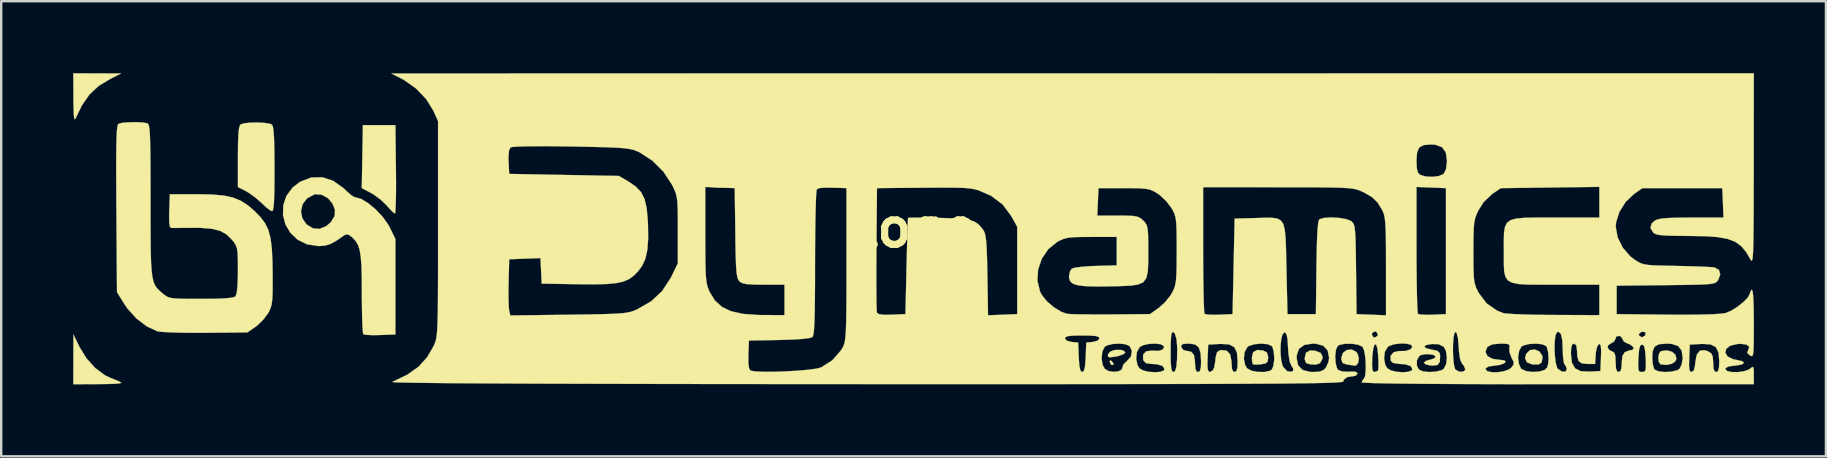
<source format=kicad_pcb>
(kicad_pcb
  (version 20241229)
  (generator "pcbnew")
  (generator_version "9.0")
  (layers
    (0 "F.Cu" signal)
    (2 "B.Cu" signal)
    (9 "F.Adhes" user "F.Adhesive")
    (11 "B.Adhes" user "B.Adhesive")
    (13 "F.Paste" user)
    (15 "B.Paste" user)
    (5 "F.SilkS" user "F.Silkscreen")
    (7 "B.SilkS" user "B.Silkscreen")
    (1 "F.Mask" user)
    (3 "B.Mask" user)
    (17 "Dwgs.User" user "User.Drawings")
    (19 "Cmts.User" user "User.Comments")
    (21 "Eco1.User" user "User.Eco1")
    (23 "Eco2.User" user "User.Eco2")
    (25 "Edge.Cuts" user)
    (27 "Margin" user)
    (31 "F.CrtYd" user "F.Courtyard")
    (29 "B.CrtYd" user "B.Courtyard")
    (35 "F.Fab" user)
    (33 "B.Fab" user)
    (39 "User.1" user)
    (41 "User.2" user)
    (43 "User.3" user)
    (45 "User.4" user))
  (footprint "Logo"
    (layer "F.Cu")
    (at 34.972 6.44)
    (property "Reference" "Logo" (at 0 0 0) (layer "F.SilkS") (effects (font (size 1.524 1.524) (thickness 0.3))))
    (attr through_hole)
    (fp_poly (pts (xy 8.313 5.57) (xy 8.378 5.677) (xy 8.369 5.714) (xy 8.281 5.711) (xy 8.269 5.701) (xy 8.213 5.571) (xy 8.213 5.557) (xy 8.256 5.525) (xy 8.313 5.57)) (stroke (width 0.01) (type solid)) (fill yes) (layer "F.SilkS"))
    (fp_poly (pts (xy 8.784 5.119) (xy 8.866 5.189) (xy 8.795 5.266) (xy 8.587 5.34) (xy 8.438 5.371) (xy 8.23 5.399) (xy 8.145 5.371) (xy 8.143 5.276) (xy 8.143 5.276) (xy 8.241 5.157) (xy 8.44 5.09) (xy 8.676 5.09) (xy 8.784 5.119)) (stroke (width 0.01) (type solid)) (fill yes) (layer "F.SilkS"))
    (fp_poly (pts (xy 16.775 5.124) (xy 17.006 5.214) (xy 17.085 5.371) (xy 17.066 5.487) (xy 16.974 5.643) (xy 16.806 5.702) (xy 16.573 5.691) (xy 16.402 5.638) (xy 16.344 5.501) (xy 16.341 5.422) (xy 16.395 5.205) (xy 16.563 5.113) (xy 16.775 5.124)) (stroke (width 0.01) (type solid)) (fill yes) (layer "F.SilkS"))
    (fp_poly (pts (xy 26.114 5.151) (xy 26.232 5.318) (xy 26.247 5.419) (xy 26.212 5.61) (xy 26.087 5.695) (xy 25.839 5.695) (xy 25.809 5.691) (xy 25.595 5.604) (xy 25.519 5.431) (xy 25.573 5.243) (xy 25.727 5.098) (xy 25.927 5.072) (xy 26.114 5.151)) (stroke (width 0.01) (type solid)) (fill yes) (layer "F.SilkS"))
    (fp_poly (pts (xy 31.641 5.165) (xy 31.788 5.292) (xy 31.826 5.46) (xy 31.787 5.56) (xy 31.636 5.667) (xy 31.401 5.716) (xy 31.165 5.689) (xy 31.094 5.59) (xy 31.075 5.412) (xy 31.107 5.235) (xy 31.178 5.143) (xy 31.425 5.107) (xy 31.641 5.165)) (stroke (width 0.01) (type solid)) (fill yes) (layer "F.SilkS"))
    (fp_poly (pts (xy -33.972 -6.432) (xy -32.978 -6.428) (xy -33.43 -6.202) (xy -33.91 -5.911) (xy -34.293 -5.555) (xy -34.611 -5.097) (xy -34.866 -4.572) (xy -34.904 -4.516) (xy -34.931 -4.569) (xy -34.949 -4.748) (xy -34.958 -5.068) (xy -34.962 -5.397) (xy -34.967 -6.435) (xy -33.972 -6.432)) (stroke (width 0.01) (type solid)) (fill yes) (layer "F.SilkS"))
    (fp_poly (pts (xy -34.711 4.964) (xy -34.423 5.435) (xy -34.058 5.841) (xy -33.66 6.139) (xy -33.503 6.218) (xy -33.246 6.326) (xy -33.02 6.42) (xy -32.969 6.457) (xy -33.031 6.483) (xy -33.222 6.501) (xy -33.557 6.51) (xy -33.888 6.514) (xy -34.967 6.519) (xy -34.963 4.445) (xy -34.711 4.964)) (stroke (width 0.01) (type solid)) (fill yes) (layer "F.SilkS"))
    (fp_poly (pts (xy 14.605 5.115) (xy 14.765 5.198) (xy 14.816 5.372) (xy 14.817 5.411) (xy 14.796 5.577) (xy 14.699 5.656) (xy 14.518 5.689) (xy 14.309 5.702) (xy 14.186 5.689) (xy 14.179 5.684) (xy 14.15 5.579) (xy 14.139 5.402) (xy 14.193 5.183) (xy 14.358 5.091) (xy 14.605 5.115)) (stroke (width 0.01) (type solid)) (fill yes) (layer "F.SilkS"))
    (fp_poly (pts (xy 18.482 5.168) (xy 18.544 5.253) (xy 18.594 5.442) (xy 18.57 5.624) (xy 18.486 5.735) (xy 18.43 5.745) (xy 18.276 5.723) (xy 18.098 5.697) (xy 17.925 5.638) (xy 17.867 5.496) (xy 17.865 5.422) (xy 17.932 5.215) (xy 18.095 5.094) (xy 18.297 5.074) (xy 18.482 5.168)) (stroke (width 0.01) (type solid)) (fill yes) (layer "F.SilkS"))
    (fp_poly (pts (xy -21.525 -2.434) (xy -21.521 -1.896) (xy -21.523 -1.421) (xy -21.531 -1.031) (xy -21.543 -0.753) (xy -21.559 -0.609) (xy -21.567 -0.594) (xy -21.655 -0.655) (xy -21.805 -0.808) (xy -21.898 -0.916) (xy -22.143 -1.156) (xy -22.444 -1.378) (xy -22.556 -1.444) (xy -22.948 -1.651) (xy -22.902 -4.276) (xy -21.548 -4.276) (xy -21.525 -2.434)) (stroke (width 0.01) (type solid)) (fill yes) (layer "F.SilkS"))
    (fp_poly (pts (xy -26.999 -4.369) (xy -26.773 -4.332) (xy -26.691 -4.297) (xy -26.653 -4.218) (xy -26.624 -4.039) (xy -26.604 -3.745) (xy -26.592 -3.32) (xy -26.586 -2.749) (xy -26.585 -2.445) (xy -26.588 -1.827) (xy -26.595 -1.361) (xy -26.609 -1.031) (xy -26.63 -0.821) (xy -26.659 -0.713) (xy -26.691 -0.69) (xy -26.806 -0.754) (xy -26.989 -0.903) (xy -27.122 -1.031) (xy -27.381 -1.259) (xy -27.663 -1.461) (xy -27.778 -1.528) (xy -28.109 -1.697) (xy -28.109 -2.955) (xy -28.105 -3.492) (xy -28.09 -3.879) (xy -28.064 -4.133) (xy -28.024 -4.272) (xy -28 -4.303) (xy -27.854 -4.352) (xy -27.599 -4.379) (xy -27.294 -4.385) (xy -26.999 -4.369)) (stroke (width 0.01) (type solid)) (fill yes) (layer "F.SilkS"))
    (fp_poly (pts (xy -24.143 -1.958) (xy -23.71 -1.652) (xy -23.619 -1.563) (xy -23.43 -1.39) (xy -23.273 -1.285) (xy -23.223 -1.27) (xy -22.977 -1.203) (xy -22.68 -1.024) (xy -22.368 -0.764) (xy -22.077 -0.455) (xy -21.846 -0.13) (xy -21.786 -0.02) (xy -21.548 0.466) (xy -21.548 4.445) (xy -22.186 4.469) (xy -22.501 4.474) (xy -22.747 4.463) (xy -22.878 4.439) (xy -22.885 4.434) (xy -22.903 4.335) (xy -22.92 4.093) (xy -22.933 3.736) (xy -22.941 3.29) (xy -22.945 2.784) (xy -22.945 2.735) (xy -22.948 2.089) (xy -22.962 1.588) (xy -22.99 1.208) (xy -23.037 0.924) (xy -23.107 0.713) (xy -23.205 0.549) (xy -23.334 0.41) (xy -23.361 0.385) (xy -23.517 0.277) (xy -23.642 0.291) (xy -23.69 0.322) (xy -24.015 0.545) (xy -24.263 0.679) (xy -24.485 0.744) (xy -24.733 0.762) (xy -24.747 0.762) (xy -25.223 0.692) (xy -25.617 0.5) (xy -25.922 0.214) (xy -26.129 -0.14) (xy -26.23 -0.533) (xy -26.226 -0.69) (xy -25.482 -0.69) (xy -25.428 -0.398) (xy -25.253 -0.143) (xy -24.977 0.027) (xy -24.708 0.046) (xy -24.428 -0.067) (xy -24.236 -0.236) (xy -24.079 -0.492) (xy -24.065 -0.741) (xy -24.166 -1.004) (xy -24.357 -1.234) (xy -24.616 -1.376) (xy -24.882 -1.4) (xy -24.923 -1.39) (xy -25.228 -1.226) (xy -25.415 -0.979) (xy -25.482 -0.69) (xy -26.226 -0.69) (xy -26.219 -0.94) (xy -26.086 -1.332) (xy -25.824 -1.683) (xy -25.52 -1.913) (xy -25.065 -2.091) (xy -24.6 -2.105) (xy -24.143 -1.958)) (stroke (width 0.01) (type solid)) (fill yes) (layer "F.SilkS"))
    (fp_poly (pts (xy -32.105 -4.389) (xy -31.905 -4.358) (xy -31.884 -4.351) (xy -31.849 -4.323) (xy -31.821 -4.257) (xy -31.798 -4.137) (xy -31.781 -3.948) (xy -31.769 -3.674) (xy -31.76 -3.298) (xy -31.754 -2.806) (xy -31.751 -2.181) (xy -31.75 -1.408) (xy -31.75 -1.13) (xy -31.75 -0.277) (xy -31.747 0.423) (xy -31.741 0.989) (xy -31.728 1.437) (xy -31.705 1.784) (xy -31.672 2.049) (xy -31.625 2.247) (xy -31.563 2.396) (xy -31.483 2.514) (xy -31.382 2.618) (xy -31.259 2.725) (xy -31.239 2.742) (xy -31.134 2.825) (xy -31.031 2.885) (xy -30.9 2.924) (xy -30.71 2.947) (xy -30.434 2.959) (xy -30.04 2.963) (xy -29.644 2.963) (xy -29.058 2.958) (xy -28.632 2.941) (xy -28.355 2.911) (xy -28.219 2.869) (xy -28.211 2.862) (xy -28.158 2.716) (xy -28.125 2.404) (xy -28.11 1.929) (xy -28.109 1.78) (xy -28.111 1.359) (xy -28.121 1.068) (xy -28.146 0.871) (xy -28.195 0.728) (xy -28.275 0.602) (xy -28.368 0.487) (xy -28.588 0.272) (xy -28.856 0.127) (xy -29.203 0.04) (xy -29.663 0.003) (xy -30.042 0.001) (xy -30.388 0.005) (xy -30.674 0.007) (xy -30.855 0.006) (xy -30.886 0.006) (xy -30.941 -0.043) (xy -30.97 -0.199) (xy -30.976 -0.486) (xy -30.97 -0.699) (xy -30.946 -1.397) (xy -29.803 -1.397) (xy -29.181 -1.385) (xy -28.691 -1.341) (xy -28.3 -1.255) (xy -27.971 -1.116) (xy -27.669 -0.916) (xy -27.422 -0.702) (xy -27.168 -0.443) (xy -26.977 -0.188) (xy -26.84 0.094) (xy -26.75 0.434) (xy -26.696 0.861) (xy -26.67 1.407) (xy -26.663 1.848) (xy -26.661 2.364) (xy -26.665 2.741) (xy -26.68 3.011) (xy -26.707 3.206) (xy -26.751 3.356) (xy -26.815 3.494) (xy -26.846 3.55) (xy -27.043 3.818) (xy -27.299 4.068) (xy -27.376 4.126) (xy -27.713 4.36) (xy -29.456 4.376) (xy -30 4.377) (xy -30.502 4.371) (xy -30.93 4.358) (xy -31.256 4.34) (xy -31.447 4.317) (xy -31.466 4.313) (xy -31.901 4.111) (xy -32.33 3.786) (xy -32.704 3.376) (xy -32.837 3.183) (xy -33.147 2.682) (xy -33.173 -0.789) (xy -33.178 -1.679) (xy -33.18 -2.413) (xy -33.179 -3.006) (xy -33.173 -3.469) (xy -33.164 -3.818) (xy -33.149 -4.065) (xy -33.13 -4.224) (xy -33.105 -4.309) (xy -33.088 -4.33) (xy -32.94 -4.37) (xy -32.685 -4.393) (xy -32.386 -4.4) (xy -32.105 -4.389)) (stroke (width 0.01) (type solid)) (fill yes) (layer "F.SilkS"))
    (fp_poly (pts (xy 35.049 -2.434) (xy 35.047 -1.508) (xy 35.046 -0.738) (xy 35.042 -0.112) (xy 35.037 0.385) (xy 35.03 0.764) (xy 35.02 1.039) (xy 35.007 1.224) (xy 34.99 1.33) (xy 34.968 1.372) (xy 34.942 1.362) (xy 34.911 1.313) (xy 34.911 1.312) (xy 34.723 0.997) (xy 34.519 0.756) (xy 34.271 0.581) (xy 33.956 0.462) (xy 33.548 0.388) (xy 33.022 0.351) (xy 32.37 0.341) (xy 31.839 0.337) (xy 31.452 0.327) (xy 31.184 0.309) (xy 31.01 0.279) (xy 30.905 0.236) (xy 30.867 0.206) (xy 30.746 0.01) (xy 30.792 -0.171) (xy 30.922 -0.292) (xy 31.029 -0.344) (xy 31.196 -0.381) (xy 31.447 -0.405) (xy 31.809 -0.418) (xy 32.308 -0.423) (xy 32.45 -0.423) (xy 33.789 -0.423) (xy 33.765 -1.037) (xy 33.74 -1.651) (xy 30.409 -1.651) (xy 30.049 -1.397) (xy 29.709 -1.074) (xy 29.454 -0.668) (xy 29.316 -0.234) (xy 29.299 -0.042) (xy 29.377 0.397) (xy 29.589 0.826) (xy 29.907 1.192) (xy 30.063 1.312) (xy 30.205 1.406) (xy 30.333 1.474) (xy 30.476 1.52) (xy 30.666 1.55) (xy 30.933 1.569) (xy 31.307 1.58) (xy 31.819 1.59) (xy 31.835 1.59) (xy 32.317 1.601) (xy 32.75 1.614) (xy 33.101 1.629) (xy 33.337 1.644) (xy 33.413 1.653) (xy 33.6 1.759) (xy 33.654 1.947) (xy 33.571 2.169) (xy 33.527 2.231) (xy 33.472 2.279) (xy 33.385 2.315) (xy 33.246 2.34) (xy 33.031 2.358) (xy 32.722 2.37) (xy 32.296 2.379) (xy 31.733 2.386) (xy 31.389 2.39) (xy 29.337 2.413) (xy 29.337 3.598) (xy 31.439 3.621) (xy 32.167 3.625) (xy 32.79 3.619) (xy 33.292 3.606) (xy 33.658 3.584) (xy 33.872 3.555) (xy 33.878 3.553) (xy 34.115 3.453) (xy 34.377 3.288) (xy 34.621 3.094) (xy 34.804 2.905) (xy 34.882 2.756) (xy 34.883 2.747) (xy 34.939 2.607) (xy 34.967 2.582) (xy 35.002 2.642) (xy 35.027 2.867) (xy 35.044 3.251) (xy 35.052 3.79) (xy 35.052 3.975) (xy 35.051 4.5) (xy 35.047 4.877) (xy 35.038 5.128) (xy 35.019 5.276) (xy 34.99 5.342) (xy 34.947 5.348) (xy 34.887 5.317) (xy 34.777 5.211) (xy 34.816 5.101) (xy 34.864 4.965) (xy 34.763 4.874) (xy 34.53 4.837) (xy 34.374 4.842) (xy 34.073 4.912) (xy 33.902 5.047) (xy 33.865 5.211) (xy 33.964 5.367) (xy 34.201 5.48) (xy 34.323 5.503) (xy 34.564 5.559) (xy 34.642 5.628) (xy 34.56 5.693) (xy 34.324 5.737) (xy 34.269 5.741) (xy 33.999 5.778) (xy 33.878 5.848) (xy 33.867 5.889) (xy 33.94 5.969) (xy 34.126 6.011) (xy 34.371 6.015) (xy 34.623 5.983) (xy 34.829 5.916) (xy 34.897 5.871) (xy 34.991 5.798) (xy 35.036 5.82) (xy 35.051 5.967) (xy 35.052 6.125) (xy 35.052 6.519) (xy 26.882 6.519) (xy 25.495 6.519) (xy 24.219 6.516) (xy 23.059 6.512) (xy 22.023 6.507) (xy 21.116 6.5) (xy 20.344 6.492) (xy 19.714 6.482) (xy 19.231 6.472) (xy 18.903 6.46) (xy 18.734 6.447) (xy 18.711 6.44) (xy 18.773 6.325) (xy 18.796 6.308) (xy 18.853 6.189) (xy 18.881 5.957) (xy 18.883 5.758) (xy 19.146 5.758) (xy 19.165 5.933) (xy 19.215 6.005) (xy 19.251 6.011) (xy 19.379 5.963) (xy 19.403 5.928) (xy 19.413 5.804) (xy 19.412 5.568) (xy 19.407 5.449) (xy 19.646 5.449) (xy 19.7 5.719) (xy 19.783 5.856) (xy 19.934 5.945) (xy 20.163 6.001) (xy 20.419 6.021) (xy 20.647 6.004) (xy 20.797 5.949) (xy 20.828 5.893) (xy 20.751 5.759) (xy 20.711 5.747) (xy 21.014 5.747) (xy 21.099 5.91) (xy 21.266 5.984) (xy 21.526 6.011) (xy 21.808 5.994) (xy 22.043 5.935) (xy 22.134 5.878) (xy 22.234 5.68) (xy 22.264 5.406) (xy 22.228 5.152) (xy 22.517 5.152) (xy 22.529 5.454) (xy 22.558 5.711) (xy 22.603 5.879) (xy 22.623 5.91) (xy 22.776 5.996) (xy 22.932 6) (xy 23.025 5.926) (xy 23.029 5.895) (xy 22.97 5.745) (xy 22.906 5.676) (xy 22.822 5.511) (xy 22.771 5.183) (xy 22.77 5.179) (xy 23.876 5.179) (xy 23.953 5.346) (xy 24.162 5.461) (xy 24.469 5.503) (xy 24.47 5.503) (xy 24.664 5.527) (xy 24.715 5.585) (xy 24.643 5.655) (xy 24.464 5.715) (xy 24.272 5.741) (xy 24.004 5.779) (xy 23.885 5.851) (xy 23.876 5.889) (xy 23.949 5.977) (xy 24.133 6.019) (xy 24.378 6.02) (xy 24.633 5.981) (xy 24.847 5.904) (xy 24.94 5.836) (xy 25.042 5.702) (xy 25.045 5.584) (xy 24.961 5.419) (xy 25.231 5.419) (xy 25.265 5.675) (xy 25.351 5.864) (xy 25.364 5.878) (xy 25.548 5.969) (xy 25.822 6.008) (xy 26.113 5.992) (xy 26.337 5.924) (xy 26.444 5.822) (xy 26.492 5.636) (xy 26.501 5.433) (xy 26.48 5.172) (xy 26.439 5.014) (xy 26.749 5.014) (xy 26.763 5.334) (xy 26.798 5.621) (xy 26.854 5.824) (xy 26.888 5.878) (xy 27.055 5.99) (xy 27.197 5.998) (xy 27.262 5.901) (xy 27.263 5.889) (xy 27.211 5.745) (xy 27.178 5.715) (xy 27.135 5.61) (xy 27.104 5.384) (xy 27.098 5.249) (xy 27.432 5.249) (xy 27.472 5.621) (xy 27.603 5.857) (xy 27.844 5.976) (xy 28.215 5.995) (xy 28.219 5.994) (xy 28.66 5.969) (xy 28.685 5.389) (xy 28.691 5.073) (xy 28.68 4.971) (xy 28.956 4.971) (xy 29.027 5.091) (xy 29.125 5.14) (xy 29.23 5.197) (xy 29.281 5.327) (xy 29.295 5.577) (xy 29.295 5.598) (xy 29.309 5.861) (xy 29.358 5.987) (xy 29.422 6.011) (xy 29.506 5.961) (xy 29.544 5.79) (xy 29.545 5.743) (xy 30.234 5.743) (xy 30.246 5.915) (xy 30.29 5.992) (xy 30.375 6.011) (xy 30.395 6.011) (xy 30.489 5.998) (xy 30.539 5.934) (xy 30.556 5.782) (xy 30.55 5.505) (xy 30.547 5.44) (xy 30.546 5.419) (xy 30.819 5.419) (xy 30.84 5.675) (xy 30.892 5.867) (xy 30.92 5.91) (xy 31.087 5.984) (xy 31.347 6.011) (xy 31.629 5.994) (xy 31.865 5.935) (xy 31.956 5.878) (xy 32.021 5.752) (xy 32.353 5.752) (xy 32.372 5.929) (xy 32.42 6.003) (xy 32.461 6.011) (xy 32.55 5.951) (xy 32.6 5.757) (xy 32.613 5.618) (xy 32.673 5.293) (xy 32.802 5.121) (xy 33.003 5.099) (xy 33.14 5.146) (xy 33.279 5.234) (xy 33.343 5.369) (xy 33.359 5.611) (xy 33.359 5.629) (xy 33.375 5.88) (xy 33.431 5.995) (xy 33.486 6.011) (xy 33.563 5.969) (xy 33.603 5.819) (xy 33.613 5.559) (xy 33.582 5.199) (xy 33.472 4.975) (xy 33.259 4.862) (xy 32.918 4.839) (xy 32.839 4.842) (xy 32.385 4.868) (xy 32.36 5.44) (xy 32.353 5.752) (xy 32.021 5.752) (xy 32.046 5.703) (xy 32.088 5.45) (xy 32.089 5.419) (xy 32.045 5.113) (xy 31.899 4.925) (xy 31.631 4.838) (xy 31.422 4.826) (xy 31.105 4.852) (xy 30.92 4.952) (xy 30.835 5.156) (xy 30.819 5.419) (xy 30.546 5.419) (xy 30.524 5.121) (xy 30.485 4.941) (xy 30.421 4.872) (xy 30.395 4.868) (xy 30.323 4.909) (xy 30.277 5.051) (xy 30.249 5.323) (xy 30.243 5.44) (xy 30.234 5.743) (xy 29.545 5.743) (xy 29.549 5.635) (xy 29.575 5.347) (xy 29.675 5.184) (xy 29.879 5.105) (xy 29.979 5.091) (xy 30.051 5.039) (xy 30.009 4.945) (xy 29.883 4.855) (xy 29.796 4.825) (xy 29.64 4.745) (xy 29.591 4.654) (xy 29.521 4.537) (xy 29.443 4.503) (xy 29.317 4.537) (xy 29.295 4.616) (xy 29.224 4.749) (xy 29.125 4.801) (xy 28.988 4.89) (xy 28.956 4.971) (xy 28.68 4.971) (xy 28.673 4.899) (xy 28.626 4.842) (xy 28.6 4.845) (xy 28.526 4.948) (xy 28.475 5.171) (xy 28.465 5.277) (xy 28.439 5.673) (xy 28.114 5.673) (xy 27.882 5.648) (xy 27.751 5.549) (xy 27.695 5.343) (xy 27.686 5.115) (xy 27.657 4.899) (xy 27.566 4.826) (xy 27.559 4.826) (xy 27.479 4.871) (xy 27.44 5.028) (xy 27.432 5.249) (xy 27.098 5.249) (xy 27.092 5.096) (xy 27.072 4.679) (xy 27.016 4.433) (xy 30.261 4.433) (xy 30.268 4.487) (xy 30.39 4.568) (xy 30.516 4.497) (xy 30.526 4.482) (xy 30.545 4.363) (xy 30.44 4.327) (xy 30.351 4.349) (xy 30.261 4.433) (xy 27.016 4.433) (xy 27.014 4.425) (xy 26.918 4.334) (xy 26.849 4.354) (xy 26.791 4.474) (xy 26.758 4.71) (xy 26.749 5.014) (xy 26.439 5.014) (xy 26.429 4.976) (xy 26.399 4.928) (xy 26.232 4.854) (xy 25.972 4.827) (xy 25.69 4.844) (xy 25.455 4.903) (xy 25.364 4.959) (xy 25.273 5.134) (xy 25.231 5.387) (xy 25.231 5.419) (xy 24.961 5.419) (xy 24.96 5.417) (xy 24.875 5.195) (xy 24.866 5.001) (xy 24.866 5) (xy 24.877 4.896) (xy 24.813 4.845) (xy 24.637 4.827) (xy 24.495 4.826) (xy 24.152 4.859) (xy 23.95 4.964) (xy 23.877 5.15) (xy 23.876 5.179) (xy 22.77 5.179) (xy 22.758 4.974) (xy 22.728 4.612) (xy 22.675 4.396) (xy 22.627 4.339) (xy 22.576 4.396) (xy 22.54 4.58) (xy 22.52 4.846) (xy 22.517 5.152) (xy 22.228 5.152) (xy 22.226 5.134) (xy 22.13 4.955) (xy 21.919 4.853) (xy 21.643 4.843) (xy 21.401 4.885) (xy 21.323 4.952) (xy 21.406 5.023) (xy 21.651 5.08) (xy 21.866 5.126) (xy 21.96 5.214) (xy 21.982 5.333) (xy 21.968 5.59) (xy 21.875 5.717) (xy 21.672 5.745) (xy 21.6 5.741) (xy 21.378 5.694) (xy 21.307 5.621) (xy 21.391 5.546) (xy 21.548 5.503) (xy 21.723 5.448) (xy 21.797 5.376) (xy 21.729 5.307) (xy 21.559 5.27) (xy 21.352 5.269) (xy 21.173 5.307) (xy 21.119 5.339) (xy 21.015 5.52) (xy 21.014 5.747) (xy 20.711 5.747) (xy 20.52 5.687) (xy 20.268 5.673) (xy 20.02 5.631) (xy 19.923 5.534) (xy 19.921 5.335) (xy 20.045 5.186) (xy 20.246 5.139) (xy 20.541 5.133) (xy 20.748 5.067) (xy 20.828 4.955) (xy 20.828 4.951) (xy 20.754 4.87) (xy 20.569 4.827) (xy 20.323 4.822) (xy 20.071 4.853) (xy 19.865 4.921) (xy 19.797 4.966) (xy 19.679 5.172) (xy 19.646 5.449) (xy 19.407 5.449) (xy 19.402 5.331) (xy 19.367 5.015) (xy 19.314 4.861) (xy 19.254 4.863) (xy 19.199 5.017) (xy 19.16 5.317) (xy 19.152 5.447) (xy 19.146 5.758) (xy 18.883 5.758) (xy 18.883 5.666) (xy 18.861 5.367) (xy 18.817 5.115) (xy 18.752 4.963) (xy 18.748 4.959) (xy 18.576 4.875) (xy 18.314 4.832) (xy 18.032 4.832) (xy 17.8 4.877) (xy 17.712 4.928) (xy 17.64 5.09) (xy 17.612 5.343) (xy 17.625 5.616) (xy 17.679 5.839) (xy 17.736 5.925) (xy 17.903 5.987) (xy 18.153 6.001) (xy 18.202 5.997) (xy 18.442 5.995) (xy 18.539 6.051) (xy 18.542 6.073) (xy 18.472 6.161) (xy 18.38 6.181) (xy 18.122 6.22) (xy 17.972 6.325) (xy 17.949 6.401) (xy 17.931 6.414) (xy 17.87 6.426) (xy 17.762 6.438) (xy 17.601 6.448) (xy 17.38 6.457) (xy 17.093 6.466) (xy 16.735 6.473) (xy 16.299 6.48) (xy 15.779 6.486) (xy 15.17 6.492) (xy 14.466 6.496) (xy 13.66 6.5) (xy 12.746 6.504) (xy 11.719 6.507) (xy 10.572 6.509) (xy 9.299 6.511) (xy 7.895 6.513) (xy 6.353 6.514) (xy 4.668 6.514) (xy 2.833 6.514) (xy 0.843 6.514) (xy -1.309 6.514) (xy -1.968 6.514) (xy -4.422 6.513) (xy -6.708 6.511) (xy -8.827 6.509) (xy -10.779 6.506) (xy -12.567 6.502) (xy -14.191 6.498) (xy -15.652 6.494) (xy -16.952 6.488) (xy -18.092 6.482) (xy -19.073 6.476) (xy -19.895 6.468) (xy -20.56 6.46) (xy -21.07 6.452) (xy -21.425 6.443) (xy -21.626 6.433) (xy -21.675 6.422) (xy -21.058 6.127) (xy -20.581 5.789) (xy -20.455 5.649) (xy -6.843 5.649) (xy -6.808 5.867) (xy -6.756 5.945) (xy -6.615 5.979) (xy -6.343 5.998) (xy -5.974 6.002) (xy -5.547 5.994) (xy -5.097 5.974) (xy -4.661 5.945) (xy -4.275 5.908) (xy -3.976 5.864) (xy -3.809 5.819) (xy -3.344 5.524) (xy -2.98 5.106) (xy -2.908 4.986) (xy -2.868 4.901) (xy -2.835 4.798) (xy -2.809 4.661) (xy -2.803 4.609) (xy 6.35 4.609) (xy 6.428 4.707) (xy 6.625 4.757) (xy 6.9 4.784) (xy 6.925 5.397) (xy 6.948 5.736) (xy 6.986 5.93) (xy 7.046 6.007) (xy 7.07 6.011) (xy 7.137 5.965) (xy 7.182 5.808) (xy 7.209 5.516) (xy 7.213 5.432) (xy 7.877 5.432) (xy 7.916 5.703) (xy 8.012 5.883) (xy 8.173 5.971) (xy 8.383 6.003) (xy 8.583 5.981) (xy 8.717 5.91) (xy 8.741 5.831) (xy 8.789 5.691) (xy 8.931 5.554) (xy 9.025 5.449) (xy 9.317 5.449) (xy 9.371 5.719) (xy 9.453 5.856) (xy 9.605 5.945) (xy 9.834 6.001) (xy 10.089 6.021) (xy 10.318 6.004) (xy 10.468 5.949) (xy 10.499 5.893) (xy 10.42 5.758) (xy 10.184 5.686) (xy 9.947 5.673) (xy 9.727 5.641) (xy 9.619 5.528) (xy 9.608 5.499) (xy 9.606 5.284) (xy 9.727 5.158) (xy 10.753 5.158) (xy 10.757 5.559) (xy 10.774 5.817) (xy 10.806 5.959) (xy 10.857 6.01) (xy 10.872 6.011) (xy 10.946 5.958) (xy 10.994 5.783) (xy 11.021 5.48) (xy 11.029 4.996) (xy 11.027 4.974) (xy 11.193 4.974) (xy 11.289 5.096) (xy 11.389 5.122) (xy 11.607 5.164) (xy 11.727 5.307) (xy 11.768 5.58) (xy 11.769 5.635) (xy 11.786 5.885) (xy 11.844 5.997) (xy 11.896 6.011) (xy 11.975 5.967) (xy 12.014 5.811) (xy 12.016 5.751) (xy 12.287 5.751) (xy 12.305 5.927) (xy 12.353 6.002) (xy 12.398 6.011) (xy 12.515 5.939) (xy 12.569 5.821) (xy 12.609 5.59) (xy 12.634 5.376) (xy 12.689 5.18) (xy 12.826 5.099) (xy 12.853 5.095) (xy 13.091 5.121) (xy 13.236 5.283) (xy 13.292 5.586) (xy 13.293 5.641) (xy 13.31 5.888) (xy 13.37 5.998) (xy 13.42 6.011) (xy 13.497 5.969) (xy 13.537 5.819) (xy 13.547 5.559) (xy 13.537 5.449) (xy 13.804 5.449) (xy 13.858 5.719) (xy 13.941 5.856) (xy 14.117 5.955) (xy 14.382 6.007) (xy 14.665 6.009) (xy 14.895 5.958) (xy 14.969 5.91) (xy 15.031 5.768) (xy 15.067 5.53) (xy 15.071 5.419) (xy 15.054 5.215) (xy 15.333 5.215) (xy 15.359 5.506) (xy 15.414 5.735) (xy 15.45 5.809) (xy 15.616 5.977) (xy 15.783 6.003) (xy 15.861 5.955) (xy 15.858 5.857) (xy 15.795 5.762) (xy 15.716 5.582) (xy 15.69 5.419) (xy 16.002 5.419) (xy 16.062 5.726) (xy 16.245 5.921) (xy 16.556 6.006) (xy 16.679 6.011) (xy 16.957 5.994) (xy 17.125 5.929) (xy 17.225 5.823) (xy 17.328 5.595) (xy 17.357 5.419) (xy 17.297 5.111) (xy 17.113 4.916) (xy 16.802 4.831) (xy 16.679 4.826) (xy 16.328 4.879) (xy 16.105 5.039) (xy 16.008 5.311) (xy 16.002 5.419) (xy 15.69 5.419) (xy 15.664 5.257) (xy 15.646 4.993) (xy 15.625 4.656) (xy 15.591 4.458) (xy 15.583 4.445) (xy 19.135 4.445) (xy 19.202 4.557) (xy 19.262 4.572) (xy 19.374 4.504) (xy 19.389 4.445) (xy 19.321 4.333) (xy 19.262 4.318) (xy 19.149 4.386) (xy 19.135 4.445) (xy 15.583 4.445) (xy 15.536 4.371) (xy 15.494 4.36) (xy 15.417 4.437) (xy 15.363 4.635) (xy 15.335 4.91) (xy 15.333 5.215) (xy 15.054 5.215) (xy 15.05 5.162) (xy 14.997 4.971) (xy 14.969 4.928) (xy 14.797 4.851) (xy 14.536 4.827) (xy 14.254 4.851) (xy 14.023 4.921) (xy 13.956 4.966) (xy 13.837 5.172) (xy 13.804 5.449) (xy 13.537 5.449) (xy 13.516 5.199) (xy 13.406 4.975) (xy 13.193 4.862) (xy 12.852 4.839) (xy 12.773 4.842) (xy 12.319 4.868) (xy 12.294 5.44) (xy 12.287 5.751) (xy 12.016 5.751) (xy 12.023 5.582) (xy 12.001 5.214) (xy 11.925 4.984) (xy 11.776 4.863) (xy 11.533 4.826) (xy 11.505 4.826) (xy 11.286 4.839) (xy 11.196 4.89) (xy 11.193 4.974) (xy 11.027 4.974) (xy 10.998 4.633) (xy 10.929 4.407) (xy 10.858 4.339) (xy 10.808 4.365) (xy 10.775 4.499) (xy 10.758 4.76) (xy 10.753 5.158) (xy 9.727 5.158) (xy 9.736 5.148) (xy 9.973 5.116) (xy 10.024 5.122) (xy 10.26 5.129) (xy 10.426 5.072) (xy 10.481 4.97) (xy 10.462 4.92) (xy 10.334 4.851) (xy 10.106 4.825) (xy 9.842 4.841) (xy 9.602 4.895) (xy 9.468 4.966) (xy 9.35 5.172) (xy 9.317 5.449) (xy 9.025 5.449) (xy 9.097 5.367) (xy 9.141 5.141) (xy 9.051 4.936) (xy 9.042 4.928) (xy 8.875 4.854) (xy 8.616 4.827) (xy 8.333 4.844) (xy 8.098 4.903) (xy 8.007 4.959) (xy 7.907 5.157) (xy 7.877 5.432) (xy 7.213 5.432) (xy 7.214 5.397) (xy 7.239 4.784) (xy 7.514 4.757) (xy 7.72 4.703) (xy 7.789 4.609) (xy 7.754 4.548) (xy 7.63 4.51) (xy 7.39 4.492) (xy 7.07 4.487) (xy 6.707 4.493) (xy 6.484 4.514) (xy 6.375 4.555) (xy 6.35 4.609) (xy -2.803 4.609) (xy -2.789 4.47) (xy -2.774 4.21) (xy -2.764 3.862) (xy -2.757 3.409) (xy -2.753 2.834) (xy -2.752 2.121) (xy -1.51 2.121) (xy -1.508 2.637) (xy -1.504 3.056) (xy -1.497 3.358) (xy -1.488 3.519) (xy -1.484 3.538) (xy -1.4 3.6) (xy -1.193 3.627) (xy -0.869 3.623) (xy -0.296 3.598) (xy -0.25 1.609) (xy -0.236 1.047) (xy -0.223 0.544) (xy -0.21 0.123) (xy -0.199 -0.19) (xy -0.19 -0.372) (xy -0.187 -0.41) (xy -0.101 -0.418) (xy 0.125 -0.421) (xy 0.461 -0.42) (xy 0.878 -0.415) (xy 1.122 -0.41) (xy 1.666 -0.394) (xy 2.071 -0.369) (xy 2.364 -0.326) (xy 2.575 -0.258) (xy 2.733 -0.156) (xy 2.868 -0.013) (xy 2.95 0.098) (xy 3 0.194) (xy 3.038 0.337) (xy 3.067 0.55) (xy 3.088 0.858) (xy 3.104 1.284) (xy 3.116 1.851) (xy 3.118 1.972) (xy 3.145 3.648) (xy 3.753 3.623) (xy 4.36 3.598) (xy 4.36 2.203) (xy 5.202 2.203) (xy 5.309 2.648) (xy 5.382 2.793) (xy 5.595 3.061) (xy 5.891 3.314) (xy 6.208 3.506) (xy 6.435 3.584) (xy 6.584 3.596) (xy 6.872 3.605) (xy 7.268 3.61) (xy 7.742 3.612) (xy 8.262 3.611) (xy 8.269 3.611) (xy 9.892 3.598) (xy 10.252 3.344) (xy 10.514 3.111) (xy 10.745 2.824) (xy 10.81 2.717) (xy 10.883 2.567) (xy 10.936 2.417) (xy 10.971 2.237) (xy 10.992 1.996) (xy 11.003 1.662) (xy 11.006 1.204) (xy 11.007 0.947) (xy 11.007 0.917) (xy 12.107 0.917) (xy 12.109 1.566) (xy 12.115 2.16) (xy 12.123 2.678) (xy 12.134 3.099) (xy 12.146 3.402) (xy 12.161 3.565) (xy 12.167 3.588) (xy 12.277 3.615) (xy 12.505 3.627) (xy 12.781 3.623) (xy 13.335 3.598) (xy 13.377 1.609) (xy 13.42 -0.381) (xy 14.31 -0.405) (xy 14.684 -0.417) (xy 14.974 -0.417) (xy 15.189 -0.387) (xy 15.343 -0.308) (xy 15.445 -0.16) (xy 15.508 0.075) (xy 15.543 0.417) (xy 15.561 0.884) (xy 15.574 1.495) (xy 15.579 1.708) (xy 15.621 3.598) (xy 16.806 3.598) (xy 16.829 1.655) (xy 16.84 0.976) (xy 16.855 0.452) (xy 16.875 0.071) (xy 16.9 -0.182) (xy 16.933 -0.321) (xy 16.956 -0.355) (xy 17.149 -0.411) (xy 17.44 -0.429) (xy 17.766 -0.412) (xy 18.061 -0.363) (xy 18.262 -0.287) (xy 18.279 -0.275) (xy 18.337 -0.219) (xy 18.382 -0.146) (xy 18.414 -0.032) (xy 18.438 0.144) (xy 18.454 0.405) (xy 18.465 0.774) (xy 18.473 1.274) (xy 18.478 1.736) (xy 18.5 3.598) (xy 19.113 3.623) (xy 19.727 3.648) (xy 19.727 1.609) (xy 19.726 0.958) (xy 19.726 0.914) (xy 20.997 0.914) (xy 20.999 1.563) (xy 21.005 2.157) (xy 21.013 2.676) (xy 21.024 3.097) (xy 21.036 3.401) (xy 21.051 3.565) (xy 21.057 3.588) (xy 21.167 3.615) (xy 21.395 3.627) (xy 21.671 3.623) (xy 22.225 3.598) (xy 22.225 1) (xy 23.368 1) (xy 23.369 1.501) (xy 23.376 1.866) (xy 23.393 2.129) (xy 23.425 2.322) (xy 23.475 2.48) (xy 23.549 2.636) (xy 23.594 2.721) (xy 23.92 3.151) (xy 24.353 3.453) (xy 24.618 3.556) (xy 24.769 3.577) (xy 25.061 3.596) (xy 25.466 3.612) (xy 25.955 3.625) (xy 26.502 3.632) (xy 26.733 3.633) (xy 28.617 3.641) (xy 28.617 2.371) (xy 26.797 2.371) (xy 26.137 2.372) (xy 25.626 2.367) (xy 25.247 2.343) (xy 24.979 2.288) (xy 24.803 2.19) (xy 24.7 2.036) (xy 24.651 1.814) (xy 24.637 1.511) (xy 24.638 1.114) (xy 24.638 0.974) (xy 24.636 0.546) (xy 24.644 0.216) (xy 24.681 -0.029) (xy 24.765 -0.203) (xy 24.917 -0.317) (xy 25.155 -0.383) (xy 25.498 -0.415) (xy 25.967 -0.424) (xy 26.58 -0.424) (xy 26.797 -0.423) (xy 28.617 -0.423) (xy 28.617 -1.704) (xy 26.564 -1.678) (xy 24.511 -1.651) (xy 24.154 -1.409) (xy 23.797 -1.072) (xy 23.583 -0.736) (xy 23.5 -0.561) (xy 23.442 -0.396) (xy 23.404 -0.21) (xy 23.382 0.034) (xy 23.371 0.368) (xy 23.368 0.827) (xy 23.368 1) (xy 22.225 1) (xy 22.225 -1.651) (xy 21.611 -1.676) (xy 20.997 -1.701) (xy 20.997 0.914) (xy 19.726 0.914) (xy 19.722 0.454) (xy 19.713 0.073) (xy 19.697 -0.209) (xy 19.673 -0.413) (xy 19.64 -0.565) (xy 19.595 -0.685) (xy 19.567 -0.744) (xy 19.379 -1.049) (xy 19.15 -1.273) (xy 18.824 -1.464) (xy 18.71 -1.517) (xy 18.603 -1.562) (xy 18.489 -1.599) (xy 18.349 -1.627) (xy 18.165 -1.649) (xy 17.918 -1.666) (xy 17.591 -1.677) (xy 17.166 -1.684) (xy 16.624 -1.689) (xy 15.947 -1.691) (xy 15.219 -1.691) (xy 12.107 -1.693) (xy 12.107 0.917) (xy 11.007 0.917) (xy 11.006 0.427) (xy 11 0.045) (xy 10.985 -0.228) (xy 10.958 -0.425) (xy 10.915 -0.576) (xy 10.852 -0.712) (xy 10.79 -0.82) (xy 10.579 -1.099) (xy 10.31 -1.354) (xy 10.219 -1.42) (xy 10.061 -1.516) (xy 9.915 -1.581) (xy 9.741 -1.621) (xy 9.503 -1.641) (xy 9.163 -1.649) (xy 8.805 -1.651) (xy 7.747 -1.651) (xy 7.697 -0.508) (xy 8.551 -0.508) (xy 8.945 -0.505) (xy 9.209 -0.491) (xy 9.381 -0.458) (xy 9.501 -0.399) (xy 9.608 -0.306) (xy 9.614 -0.3) (xy 9.7 -0.204) (xy 9.759 -0.1) (xy 9.795 0.046) (xy 9.813 0.267) (xy 9.82 0.598) (xy 9.821 0.96) (xy 9.82 1.468) (xy 9.8 1.84) (xy 9.739 2.099) (xy 9.615 2.267) (xy 9.404 2.364) (xy 9.085 2.412) (xy 8.634 2.432) (xy 8.253 2.441) (xy 7.658 2.447) (xy 7.211 2.434) (xy 6.894 2.397) (xy 6.686 2.332) (xy 6.569 2.232) (xy 6.523 2.095) (xy 6.519 2.032) (xy 6.557 1.826) (xy 6.63 1.707) (xy 6.757 1.666) (xy 7.013 1.63) (xy 7.355 1.602) (xy 7.625 1.591) (xy 8.509 1.566) (xy 8.509 0.381) (xy 7.451 0.381) (xy 6.999 0.384) (xy 6.679 0.395) (xy 6.45 0.422) (xy 6.275 0.469) (xy 6.113 0.542) (xy 6.024 0.592) (xy 5.655 0.891) (xy 5.387 1.285) (xy 5.232 1.736) (xy 5.202 2.203) (xy 4.36 2.203) (xy 4.36 -0.042) (xy 4.11 -0.495) (xy 3.755 -0.969) (xy 3.276 -1.332) (xy 2.747 -1.562) (xy 2.576 -1.608) (xy 2.371 -1.641) (xy 2.106 -1.664) (xy 1.756 -1.677) (xy 1.297 -1.681) (xy 0.703 -1.678) (xy 0.423 -1.674) (xy -1.482 -1.651) (xy -1.504 0.888) (xy -1.508 1.531) (xy -1.51 2.121) (xy -2.752 2.121) (xy -2.752 2.119) (xy -2.752 1.524) (xy -2.752 -1.651) (xy -3.337 -1.676) (xy -3.698 -1.678) (xy -3.913 -1.645) (xy -3.992 -1.592) (xy -4.008 -1.484) (xy -4.023 -1.227) (xy -4.036 -0.841) (xy -4.047 -0.345) (xy -4.056 0.239) (xy -4.061 0.892) (xy -4.063 1.492) (xy -4.064 2.316) (xy -4.069 2.984) (xy -4.076 3.513) (xy -4.088 3.915) (xy -4.103 4.207) (xy -4.124 4.403) (xy -4.15 4.517) (xy -4.176 4.559) (xy -4.305 4.597) (xy -4.579 4.631) (xy -4.975 4.657) (xy -5.47 4.674) (xy -5.552 4.675) (xy -6.816 4.699) (xy -6.841 5.284) (xy -6.843 5.649) (xy -20.455 5.649) (xy -20.217 5.385) (xy -19.951 4.921) (xy -19.911 4.831) (xy -19.877 4.738) (xy -19.85 4.628) (xy -19.827 4.485) (xy -19.809 4.295) (xy -19.796 4.043) (xy -19.786 3.716) (xy -19.778 3.297) (xy -19.774 2.773) (xy -19.774 2.694) (xy -16.837 2.694) (xy -16.833 3.056) (xy -16.822 3.328) (xy -16.806 3.457) (xy -16.757 3.654) (xy -14.327 3.623) (xy -13.617 3.613) (xy -13.055 3.603) (xy -12.619 3.591) (xy -12.288 3.576) (xy -12.04 3.555) (xy -11.853 3.527) (xy -11.705 3.491) (xy -11.576 3.444) (xy -11.475 3.4) (xy -10.889 3.063) (xy -10.434 2.638) (xy -10.083 2.101) (xy -10.058 2.053) (xy -9.779 1.485) (xy -9.779 0.294) (xy -8.636 0.294) (xy -8.635 0.932) (xy -8.631 1.426) (xy -8.622 1.799) (xy -8.606 2.076) (xy -8.582 2.281) (xy -8.547 2.438) (xy -8.5 2.572) (xy -8.457 2.669) (xy -8.237 3.027) (xy -7.946 3.294) (xy -7.563 3.478) (xy -7.067 3.588) (xy -6.436 3.634) (xy -6.244 3.637) (xy -5.334 3.641) (xy -5.334 2.371) (xy -6.21 2.371) (xy -6.62 2.366) (xy -6.896 2.349) (xy -7.071 2.315) (xy -7.181 2.258) (xy -7.224 2.218) (xy -7.271 2.145) (xy -7.307 2.027) (xy -7.334 1.843) (xy -7.354 1.572) (xy -7.368 1.19) (xy -7.379 0.676) (xy -7.385 0.207) (xy -7.408 -1.651) (xy -8.022 -1.676) (xy -8.636 -1.701) (xy -8.636 0.294) (xy -9.779 0.294) (xy -9.779 0.086) (xy -9.78 -0.432) (xy -9.786 -0.814) (xy -9.8 -1.092) (xy -9.828 -1.299) (xy -9.874 -1.467) (xy -9.942 -1.629) (xy -10.027 -1.803) (xy -10.379 -2.336) (xy -10.839 -2.795) (xy 20.997 -2.795) (xy 21.01 -2.487) (xy 21.055 -2.306) (xy 21.143 -2.209) (xy 21.145 -2.208) (xy 21.37 -2.138) (xy 21.657 -2.121) (xy 21.932 -2.156) (xy 22.123 -2.24) (xy 22.134 -2.25) (xy 22.23 -2.448) (xy 22.267 -2.772) (xy 22.267 -2.795) (xy 22.218 -3.141) (xy 22.062 -3.358) (xy 21.788 -3.46) (xy 21.608 -3.471) (xy 21.301 -3.445) (xy 21.115 -3.347) (xy 21.023 -3.147) (xy 20.997 -2.813) (xy 20.997 -2.795) (xy -10.839 -2.795) (xy -10.839 -2.796) (xy -11.363 -3.137) (xy -11.415 -3.161) (xy -11.541 -3.215) (xy -11.675 -3.258) (xy -11.837 -3.291) (xy -12.05 -3.317) (xy -12.335 -3.337) (xy -12.713 -3.353) (xy -13.206 -3.367) (xy -13.836 -3.38) (xy -14.224 -3.387) (xy -14.89 -3.396) (xy -15.484 -3.398) (xy -15.986 -3.395) (xy -16.377 -3.386) (xy -16.637 -3.371) (xy -16.747 -3.352) (xy -16.815 -3.215) (xy -16.836 -2.928) (xy -16.831 -2.759) (xy -16.806 -2.244) (xy -12.234 -2.159) (xy -11.84 -1.927) (xy -11.533 -1.718) (xy -11.314 -1.488) (xy -11.168 -1.202) (xy -11.079 -0.827) (xy -11.032 -0.328) (xy -11.023 -0.133) (xy -11.016 0.467) (xy -11.051 0.933) (xy -11.134 1.299) (xy -11.273 1.596) (xy -11.438 1.816) (xy -11.619 2.001) (xy -11.813 2.14) (xy -12.045 2.24) (xy -12.342 2.306) (xy -12.728 2.343) (xy -13.229 2.357) (xy -13.872 2.353) (xy -13.928 2.352) (xy -15.452 2.328) (xy -15.502 1.263) (xy -16.806 1.312) (xy -16.831 2.286) (xy -16.837 2.694) (xy -19.774 2.694) (xy -19.771 2.129) (xy -19.77 1.35) (xy -19.77 0.422) (xy -19.77 0.042) (xy -19.77 -4.445) (xy -19.965 -4.877) (xy -20.266 -5.364) (xy -20.693 -5.808) (xy -21.201 -6.165) (xy -21.294 -6.215) (xy -21.717 -6.43) (xy 6.668 -6.432) (xy 35.052 -6.435) (xy 35.049 -2.434)) (stroke (width 0.01) (type solid)) (fill yes) (layer "F.SilkS")))
  (gr_rect
    (start -3 -3)
    (end 73.029 15.964)
    (stroke (width 0.1) (type default))
    (fill no)
    (layer "Edge.Cuts")))
</source>
